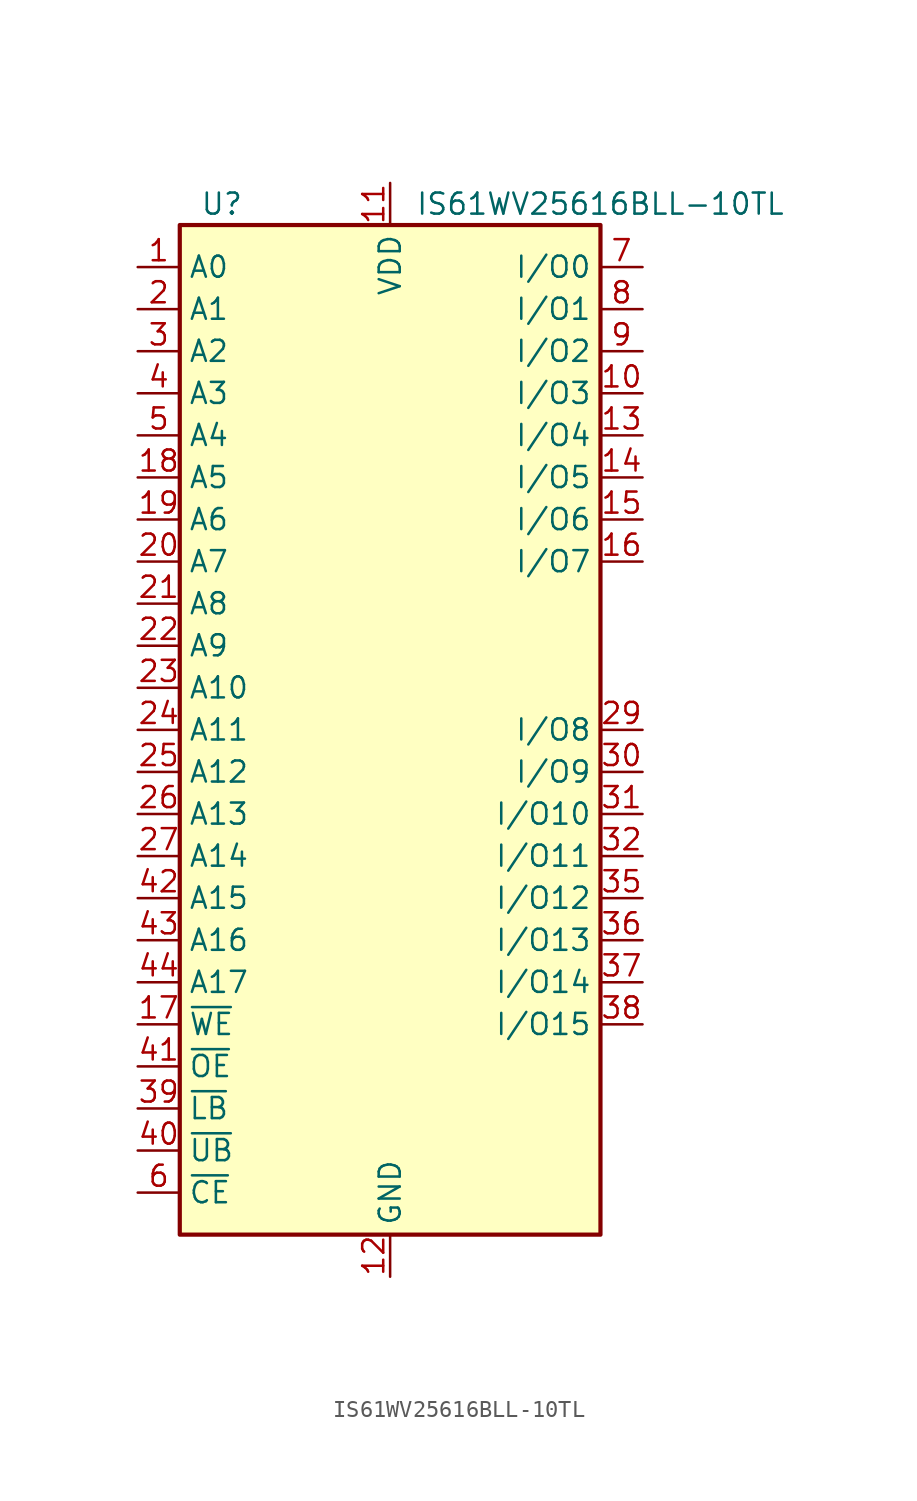
<source format=kicad_sym>
(kicad_symbol_lib
  (version 20211014)
  (generator kicad_symbol_editor)
  (symbol "IS61WV25616BLL-10TL"
    (property "Reference" "U"
      (at -10.16 31.75 0)
      (effects (font (size 1.27 1.27))))
    (property "Value" "IS61WV25616BLL-10TL"
      (at 12.7 31.75 0)
      (effects (font (size 1.27 1.27))))
    (symbol "IS61WV25616BLL-10TL_0_0"
      (pin bidirectional line (at 15.24 0 180) (length 2.54) (name "I/O8" (effects (font (size 1.27 1.27)))) (number "29" (effects (font (size 1.27 1.27)))))
      (pin bidirectional line (at 15.24 -2.54 180) (length 2.54) (name "I/O9" (effects (font (size 1.27 1.27)))) (number "30" (effects (font (size 1.27 1.27)))))
      (pin bidirectional line (at 15.24 -5.08 180) (length 2.54) (name "I/O10" (effects (font (size 1.27 1.27)))) (number "31" (effects (font (size 1.27 1.27)))))
      (pin bidirectional line (at 15.24 -7.62 180) (length 2.54) (name "I/O11" (effects (font (size 1.27 1.27)))) (number "32" (effects (font (size 1.27 1.27)))))
      (pin bidirectional line (at 15.24 -10.16 180) (length 2.54) (name "I/O12" (effects (font (size 1.27 1.27)))) (number "35" (effects (font (size 1.27 1.27)))))
      (pin bidirectional line (at 15.24 -12.7 180) (length 2.54) (name "I/O13" (effects (font (size 1.27 1.27)))) (number "36" (effects (font (size 1.27 1.27)))))
      (pin bidirectional line (at 15.24 -15.24 180) (length 2.54) (name "I/O14" (effects (font (size 1.27 1.27)))) (number "37" (effects (font (size 1.27 1.27)))))
      (pin bidirectional line (at 15.24 -17.78 180) (length 2.54) (name "I/O15" (effects (font (size 1.27 1.27)))) (number "38" (effects (font (size 1.27 1.27)))))
      (pin input line (at -15.24 -22.86 0) (length 2.54) (name "~{LB}" (effects (font (size 1.27 1.27)))) (number "39" (effects (font (size 1.27 1.27)))))
      (pin input line (at -15.24 -25.4 0) (length 2.54) (name "~{UB}" (effects (font (size 1.27 1.27)))) (number "40" (effects (font (size 1.27 1.27))))))
    (symbol "IS61WV25616BLL-10TL_0_1"
      (rectangle (start -12.7 30.48) (end 12.7 -30.48) (stroke (width 0.254) (type default) (color 0 0 0 0)) (fill (type background))))
    (symbol "IS61WV25616BLL-10TL_1_1"
      (pin input line (at -15.24 27.94 0) (length 2.54) (name "A0" (effects (font (size 1.27 1.27)))) (number "1" (effects (font (size 1.27 1.27)))))
      (pin bidirectional line (at 15.24 20.32 180) (length 2.54) (name "I/O3" (effects (font (size 1.27 1.27)))) (number "10" (effects (font (size 1.27 1.27)))))
      (pin power_in line (at 0 33.02 270) (length 2.54) (name "VDD" (effects (font (size 1.27 1.27)))) (number "11" (effects (font (size 1.27 1.27)))))
      (pin power_in line (at 0 -33.02 90) (length 2.54) (name "GND" (effects (font (size 1.27 1.27)))) (number "12" (effects (font (size 1.27 1.27)))))
      (pin bidirectional line (at 15.24 17.78 180) (length 2.54) (name "I/O4" (effects (font (size 1.27 1.27)))) (number "13" (effects (font (size 1.27 1.27)))))
      (pin bidirectional line (at 15.24 15.24 180) (length 2.54) (name "I/O5" (effects (font (size 1.27 1.27)))) (number "14" (effects (font (size 1.27 1.27)))))
      (pin bidirectional line (at 15.24 12.7 180) (length 2.54) (name "I/O6" (effects (font (size 1.27 1.27)))) (number "15" (effects (font (size 1.27 1.27)))))
      (pin bidirectional line (at 15.24 10.16 180) (length 2.54) (name "I/O7" (effects (font (size 1.27 1.27)))) (number "16" (effects (font (size 1.27 1.27)))))
      (pin input line (at -15.24 -17.78 0) (length 2.54) (name "~{WE}" (effects (font (size 1.27 1.27)))) (number "17" (effects (font (size 1.27 1.27)))))
      (pin input line (at -15.24 15.24 0) (length 2.54) (name "A5" (effects (font (size 1.27 1.27)))) (number "18" (effects (font (size 1.27 1.27)))))
      (pin input line (at -15.24 12.7 0) (length 2.54) (name "A6" (effects (font (size 1.27 1.27)))) (number "19" (effects (font (size 1.27 1.27)))))
      (pin input line (at -15.24 25.4 0) (length 2.54) (name "A1" (effects (font (size 1.27 1.27)))) (number "2" (effects (font (size 1.27 1.27)))))
      (pin input line (at -15.24 10.16 0) (length 2.54) (name "A7" (effects (font (size 1.27 1.27)))) (number "20" (effects (font (size 1.27 1.27)))))
      (pin input line (at -15.24 7.62 0) (length 2.54) (name "A8" (effects (font (size 1.27 1.27)))) (number "21" (effects (font (size 1.27 1.27)))))
      (pin input line (at -15.24 5.08 0) (length 2.54) (name "A9" (effects (font (size 1.27 1.27)))) (number "22" (effects (font (size 1.27 1.27)))))
      (pin input line (at -15.24 2.54 0) (length 2.54) (name "A10" (effects (font (size 1.27 1.27)))) (number "23" (effects (font (size 1.27 1.27)))))
      (pin input line (at -15.24 0 0) (length 2.54) (name "A11" (effects (font (size 1.27 1.27)))) (number "24" (effects (font (size 1.27 1.27)))))
      (pin input line (at -15.24 -2.54 0) (length 2.54) (name "A12" (effects (font (size 1.27 1.27)))) (number "25" (effects (font (size 1.27 1.27)))))
      (pin input line (at -15.24 -5.08 0) (length 2.54) (name "A13" (effects (font (size 1.27 1.27)))) (number "26" (effects (font (size 1.27 1.27)))))
      (pin input line (at -15.24 -7.62 0) (length 2.54) (name "A14" (effects (font (size 1.27 1.27)))) (number "27" (effects (font (size 1.27 1.27)))))
      (pin no_connect line (at 12.7 -27.94 180) (length 2.54) hide (name "NC" (effects (font (size 1.27 1.27)))) (number "28" (effects (font (size 1.27 1.27)))))
      (pin input line (at -15.24 22.86 0) (length 2.54) (name "A2" (effects (font (size 1.27 1.27)))) (number "3" (effects (font (size 1.27 1.27)))))
      (pin passive line (at 0 33.02 270) (length 2.54) hide (name "VDD" (effects (font (size 1.27 1.27)))) (number "33" (effects (font (size 1.27 1.27)))))
      (pin passive line (at 0 -33.02 90) (length 2.54) hide (name "GND" (effects (font (size 1.27 1.27)))) (number "34" (effects (font (size 1.27 1.27)))))
      (pin input line (at -15.24 20.32 0) (length 2.54) (name "A3" (effects (font (size 1.27 1.27)))) (number "4" (effects (font (size 1.27 1.27)))))
      (pin input line (at -15.24 -20.32 0) (length 2.54) (name "~{OE}" (effects (font (size 1.27 1.27)))) (number "41" (effects (font (size 1.27 1.27)))))
      (pin input line (at -15.24 -10.16 0) (length 2.54) (name "A15" (effects (font (size 1.27 1.27)))) (number "42" (effects (font (size 1.27 1.27)))))
      (pin input line (at -15.24 -12.7 0) (length 2.54) (name "A16" (effects (font (size 1.27 1.27)))) (number "43" (effects (font (size 1.27 1.27)))))
      (pin input line (at -15.24 -15.24 0) (length 2.54) (name "A17" (effects (font (size 1.27 1.27)))) (number "44" (effects (font (size 1.27 1.27)))))
      (pin input line (at -15.24 17.78 0) (length 2.54) (name "A4" (effects (font (size 1.27 1.27)))) (number "5" (effects (font (size 1.27 1.27)))))
      (pin input line (at -15.24 -27.94 0) (length 2.54) (name "~{CE}" (effects (font (size 1.27 1.27)))) (number "6" (effects (font (size 1.27 1.27)))))
      (pin bidirectional line (at 15.24 27.94 180) (length 2.54) (name "I/O0" (effects (font (size 1.27 1.27)))) (number "7" (effects (font (size 1.27 1.27)))))
      (pin bidirectional line (at 15.24 25.4 180) (length 2.54) (name "I/O1" (effects (font (size 1.27 1.27)))) (number "8" (effects (font (size 1.27 1.27)))))
      (pin bidirectional line (at 15.24 22.86 180) (length 2.54) (name "I/O2" (effects (font (size 1.27 1.27)))) (number "9" (effects (font (size 1.27 1.27))))))))
</source>
